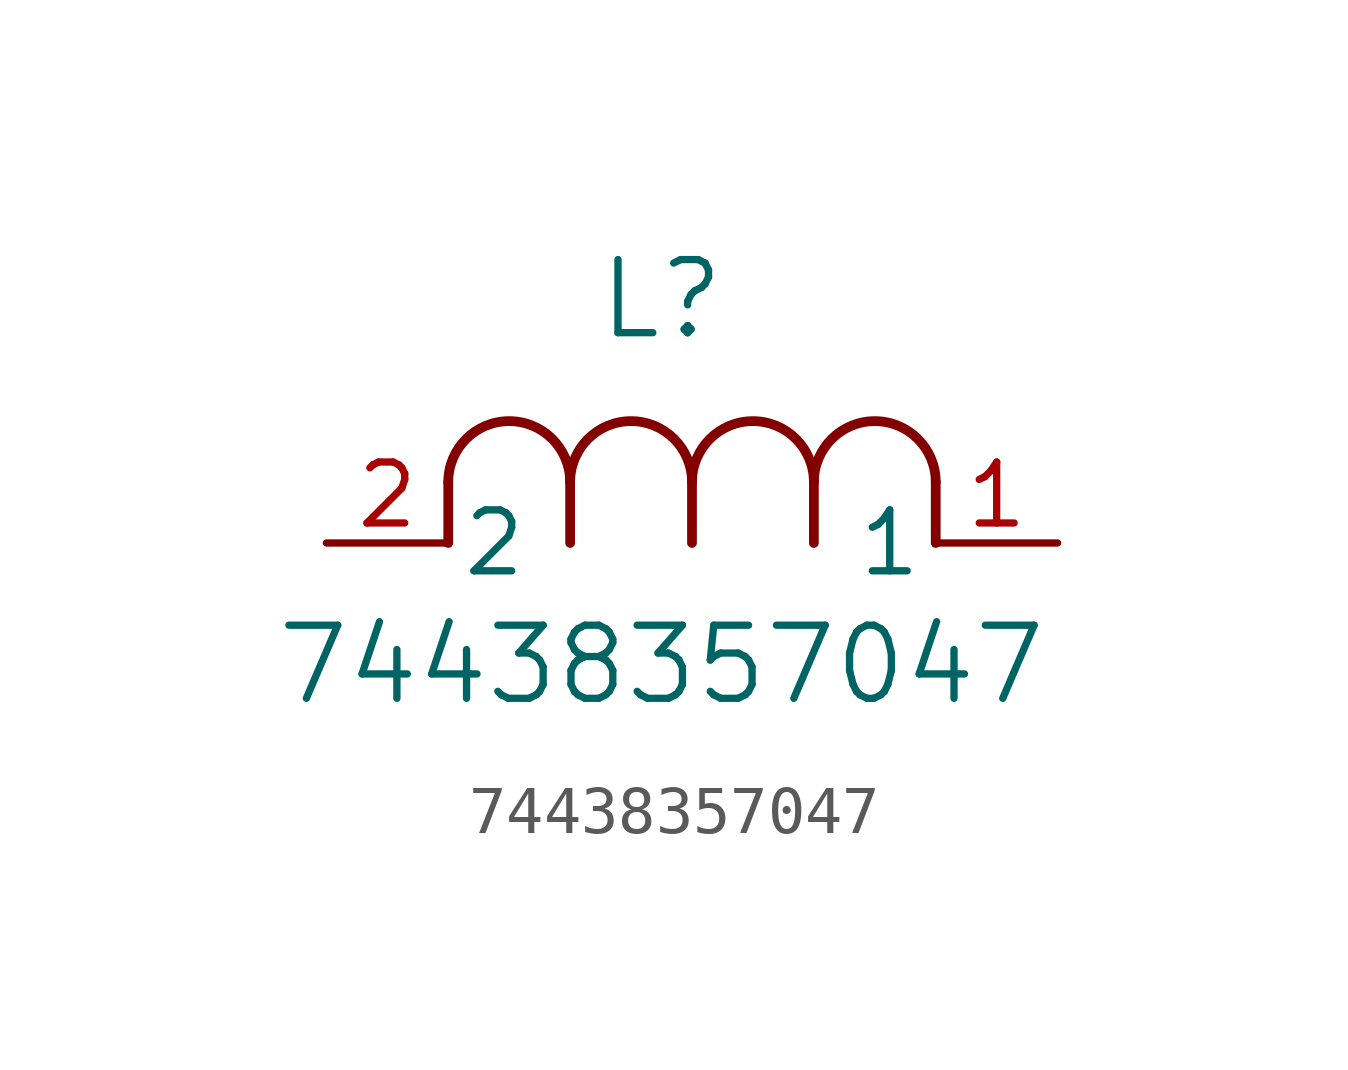
<source format=kicad_sym>
(kicad_symbol_lib
  (version 20211014)
  (generator kicad_symbol_editor)
  (symbol "74438357047"
    (pin_names
      (offset 0.254))
    (property "Reference" "L"
      (at 6.985 5.08 0)
      (effects (font (size 1.524 1.524))))
    (property "Value" "74438357047"
      (at 6.985 -2.54 0)
      (effects (font (size 1.524 1.524))))
    (symbol "74438357047_0_1"
      (arc (start 7.62 1.27) (mid 6.35 2.54) (end 5.08 1.27) (stroke (width 0.2032) (type default) (color 0 0 0 0)) (fill (type none)))
      (polyline (pts (xy 5.08 0) (xy 5.08 1.27)) (stroke (width 0.203) (type default) (color 0 0 0 0)) (fill (type none)))
      (polyline (pts (xy 7.62 0) (xy 7.62 1.27)) (stroke (width 0.203) (type default) (color 0 0 0 0)) (fill (type none)))
      (polyline (pts (xy 12.7 0) (xy 12.7 1.27)) (stroke (width 0.203) (type default) (color 0 0 0 0)) (fill (type none)))
      (arc (start 5.08 1.27) (mid 3.81 2.54) (end 2.54 1.27) (stroke (width 0.2032) (type default) (color 0 0 0 0)) (fill (type none)))
      (arc (start 10.16 1.27) (mid 8.89 2.54) (end 7.62 1.27) (stroke (width 0.2032) (type default) (color 0 0 0 0)) (fill (type none)))
      (arc (start 12.7 1.27) (mid 11.43 2.54) (end 10.16 1.27) (stroke (width 0.2032) (type default) (color 0 0 0 0)) (fill (type none)))
      (polyline (pts (xy 2.54 0) (xy 2.54 1.27)) (stroke (width 0.203) (type default) (color 0 0 0 0)) (fill (type none)))
      (polyline (pts (xy 10.16 0) (xy 10.16 1.27)) (stroke (width 0.203) (type default) (color 0 0 0 0)) (fill (type none)))
      (pin unspecified line (at 0 0 0) (length 2.54) (name "2" (effects (font (size 1.27 1.27)))) (number "2" (effects (font (size 1.27 1.27)))))
      (pin unspecified line (at 15.24 0 180) (length 2.54) (name "1" (effects (font (size 1.27 1.27)))) (number "1" (effects (font (size 1.27 1.27))))))))
</source>
